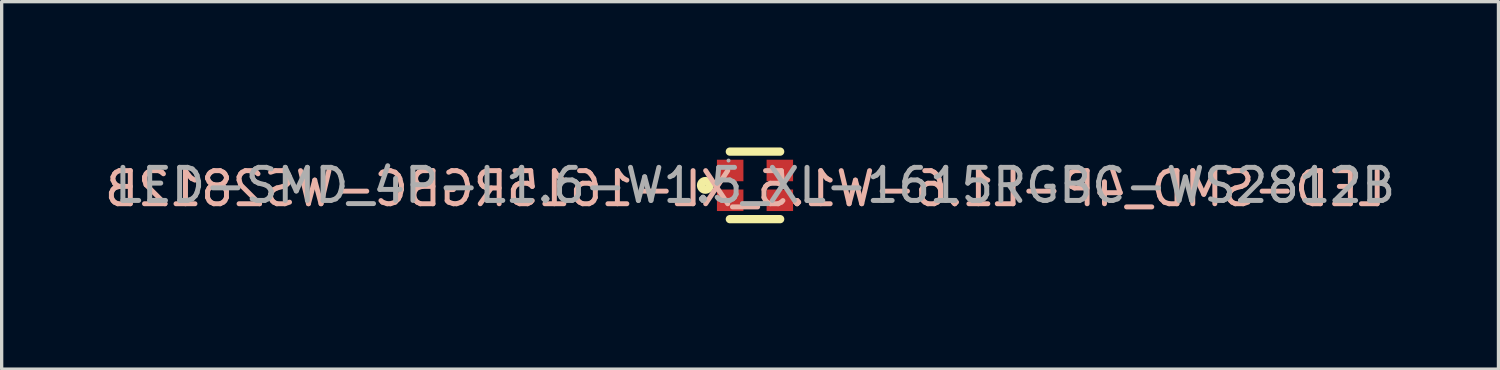
<source format=kicad_pcb>
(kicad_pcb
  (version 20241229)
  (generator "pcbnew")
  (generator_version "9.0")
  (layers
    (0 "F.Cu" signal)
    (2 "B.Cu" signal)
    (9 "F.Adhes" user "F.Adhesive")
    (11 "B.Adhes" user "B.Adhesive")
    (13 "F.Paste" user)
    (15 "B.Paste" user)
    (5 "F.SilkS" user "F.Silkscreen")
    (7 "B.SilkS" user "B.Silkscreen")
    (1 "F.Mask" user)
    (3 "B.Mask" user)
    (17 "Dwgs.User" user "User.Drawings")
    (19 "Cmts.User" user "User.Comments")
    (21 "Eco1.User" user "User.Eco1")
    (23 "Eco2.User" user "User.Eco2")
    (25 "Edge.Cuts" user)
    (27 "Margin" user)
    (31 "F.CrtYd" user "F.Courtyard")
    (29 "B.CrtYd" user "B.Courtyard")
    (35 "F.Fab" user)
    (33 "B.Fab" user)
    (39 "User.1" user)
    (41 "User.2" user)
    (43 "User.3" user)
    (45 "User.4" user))
  (footprint "LED-SMD_4P-L1.6-W1.5_XL-1615RGBC-WS2812B"
    (layer "F.Cu")
    (at 19.758 2.55)
    (property "Reference" "LED-SMD_4P-L1.6-W1.5_XL-1615RGBC-WS2812B" (at -0.3 0.1 0) (layer "B.SilkS") (effects (font (size 1 1) (thickness 0.15)) (justify mirror)))
    (attr smd)
    (fp_line (start -0.76 1.02) (end 0.76 1.02) (stroke (width 0.25) (type solid)) (layer "F.SilkS"))
    (fp_line (start 0.76 -1.02) (end -0.76 -1.02) (stroke (width 0.25) (type solid)) (layer "F.SilkS"))
    (fp_circle (center -1.5 0) (end -1.37 0) (stroke (width 0.25) (type solid)) (fill no) (layer "F.SilkS"))
    (fp_circle (center -0.8 -0.75) (end -0.77 -0.75) (stroke (width 0.06) (type solid)) (fill no) (layer "F.Fab"))
    (fp_rect (start -2.5 -2.5) (end 2.5 2.5) (stroke (width 0.1) (type default)) (fill no) (layer "User.1"))
    (fp_text user "${REFERENCE}" (at 0 0 0) (layer "F.Fab") (effects (font (size 1 1) (thickness 0.15))))
    (pad "1" smd rect (at -0.75 -0.45 180) (size 0.8 0.65) (layers "F.Cu" "F.Mask" "F.Paste"))
    (pad "2" smd rect (at 0.75 -0.45 180) (size 0.8 0.65) (layers "F.Cu" "F.Mask" "F.Paste"))
    (pad "3" smd rect (at -0.75 0.45 180) (size 0.8 0.65) (layers "F.Cu" "F.Mask" "F.Paste"))
    (pad "4" smd rect (at 0.75 0.45 180) (size 0.8 0.65) (layers "F.Cu" "F.Mask" "F.Paste")))
  (gr_rect
    (start -3 -3)
    (end 42.217 8.1)
    (stroke (width 0.1) (type default))
    (fill no)
    (layer "Edge.Cuts")))
</source>
